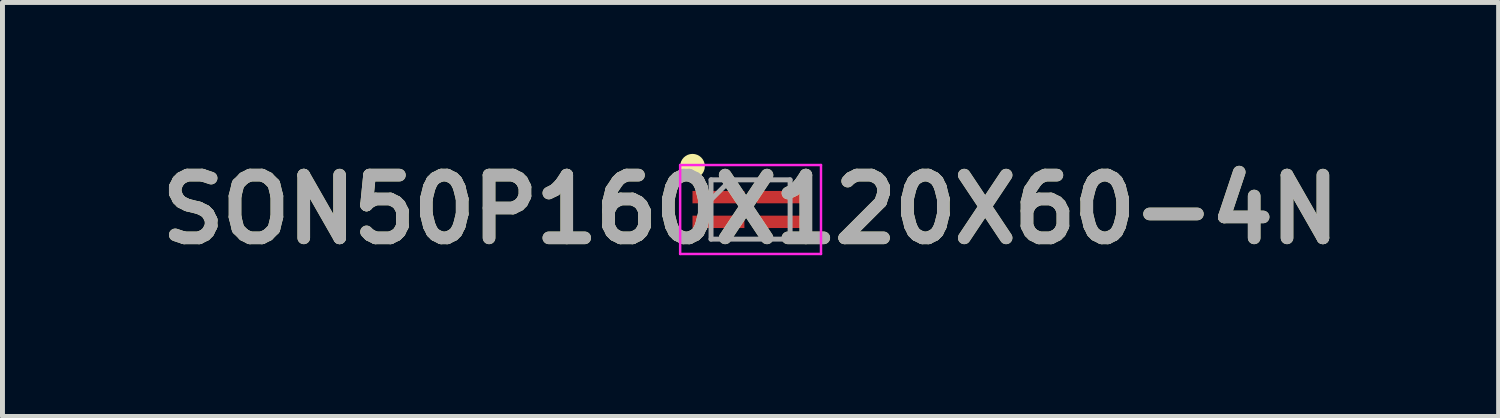
<source format=kicad_pcb>
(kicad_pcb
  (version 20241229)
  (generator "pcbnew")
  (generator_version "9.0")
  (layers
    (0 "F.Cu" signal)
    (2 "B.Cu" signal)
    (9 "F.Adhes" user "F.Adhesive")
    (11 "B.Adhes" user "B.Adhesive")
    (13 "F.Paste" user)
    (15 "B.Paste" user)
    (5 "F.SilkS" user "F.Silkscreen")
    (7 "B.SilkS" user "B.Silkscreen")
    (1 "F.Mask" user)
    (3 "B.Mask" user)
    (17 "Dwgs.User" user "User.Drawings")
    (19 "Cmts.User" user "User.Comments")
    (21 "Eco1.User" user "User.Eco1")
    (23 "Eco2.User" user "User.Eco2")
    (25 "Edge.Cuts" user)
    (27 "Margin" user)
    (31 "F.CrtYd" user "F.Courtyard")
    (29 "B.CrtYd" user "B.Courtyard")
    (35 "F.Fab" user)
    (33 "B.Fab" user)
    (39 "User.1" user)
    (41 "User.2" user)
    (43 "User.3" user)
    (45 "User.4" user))
  (footprint "SON50P160X120X60-4N"
    (layer "F.Cu")
    (at 12.138 1.189)
    (property "Reference" "SON50P160X120X60-4N" (at 0 0 0) (layer "F.SilkS") (effects (font (size 1.27 1.27) (thickness 0.254))))
    (attr smd)
    (fp_circle (center -1.175 -0.875) (end -1.175 -0.75) (stroke (width 0.25) (type solid)) (fill no) (layer "F.SilkS"))
    (fp_line (start -1.425 -0.9) (end 1.425 -0.9) (stroke (width 0.05) (type solid)) (layer "F.CrtYd"))
    (fp_line (start -1.425 0.9) (end -1.425 -0.9) (stroke (width 0.05) (type solid)) (layer "F.CrtYd"))
    (fp_line (start 1.425 -0.9) (end 1.425 0.9) (stroke (width 0.05) (type solid)) (layer "F.CrtYd"))
    (fp_line (start 1.425 0.9) (end -1.425 0.9) (stroke (width 0.05) (type solid)) (layer "F.CrtYd"))
    (fp_line (start -0.8 -0.6) (end 0.8 -0.6) (stroke (width 0.1) (type solid)) (layer "F.Fab"))
    (fp_line (start -0.8 -0.2) (end -0.4 -0.6) (stroke (width 0.1) (type solid)) (layer "F.Fab"))
    (fp_line (start -0.8 0.6) (end -0.8 -0.6) (stroke (width 0.1) (type solid)) (layer "F.Fab"))
    (fp_line (start 0.8 -0.6) (end 0.8 0.6) (stroke (width 0.1) (type solid)) (layer "F.Fab"))
    (fp_line (start 0.8 0.6) (end -0.8 0.6) (stroke (width 0.1) (type solid)) (layer "F.Fab"))
    (fp_text user "${REFERENCE}" (at 0 0 0) (layer "F.Fab") (effects (font (size 1.27 1.27) (thickness 0.254))))
    (pad "1" smd rect (at -0.65 -0.25 90) (size 0.25 1.05) (layers "F.Cu" "F.Mask" "F.Paste"))
    (pad "2" smd rect (at -0.65 0.25 90) (size 0.25 1.05) (layers "F.Cu" "F.Mask" "F.Paste"))
    (pad "3" smd rect (at 0.65 0.25 90) (size 0.25 1.05) (layers "F.Cu" "F.Mask" "F.Paste"))
    (pad "4" smd rect (at 0.65 -0.25 90) (size 0.25 1.05) (layers "F.Cu" "F.Mask" "F.Paste")))
  (gr_rect
    (start -3 -3)
    (end 27.275 5.377)
    (stroke (width 0.1) (type default))
    (fill no)
    (layer "Edge.Cuts")))
</source>
